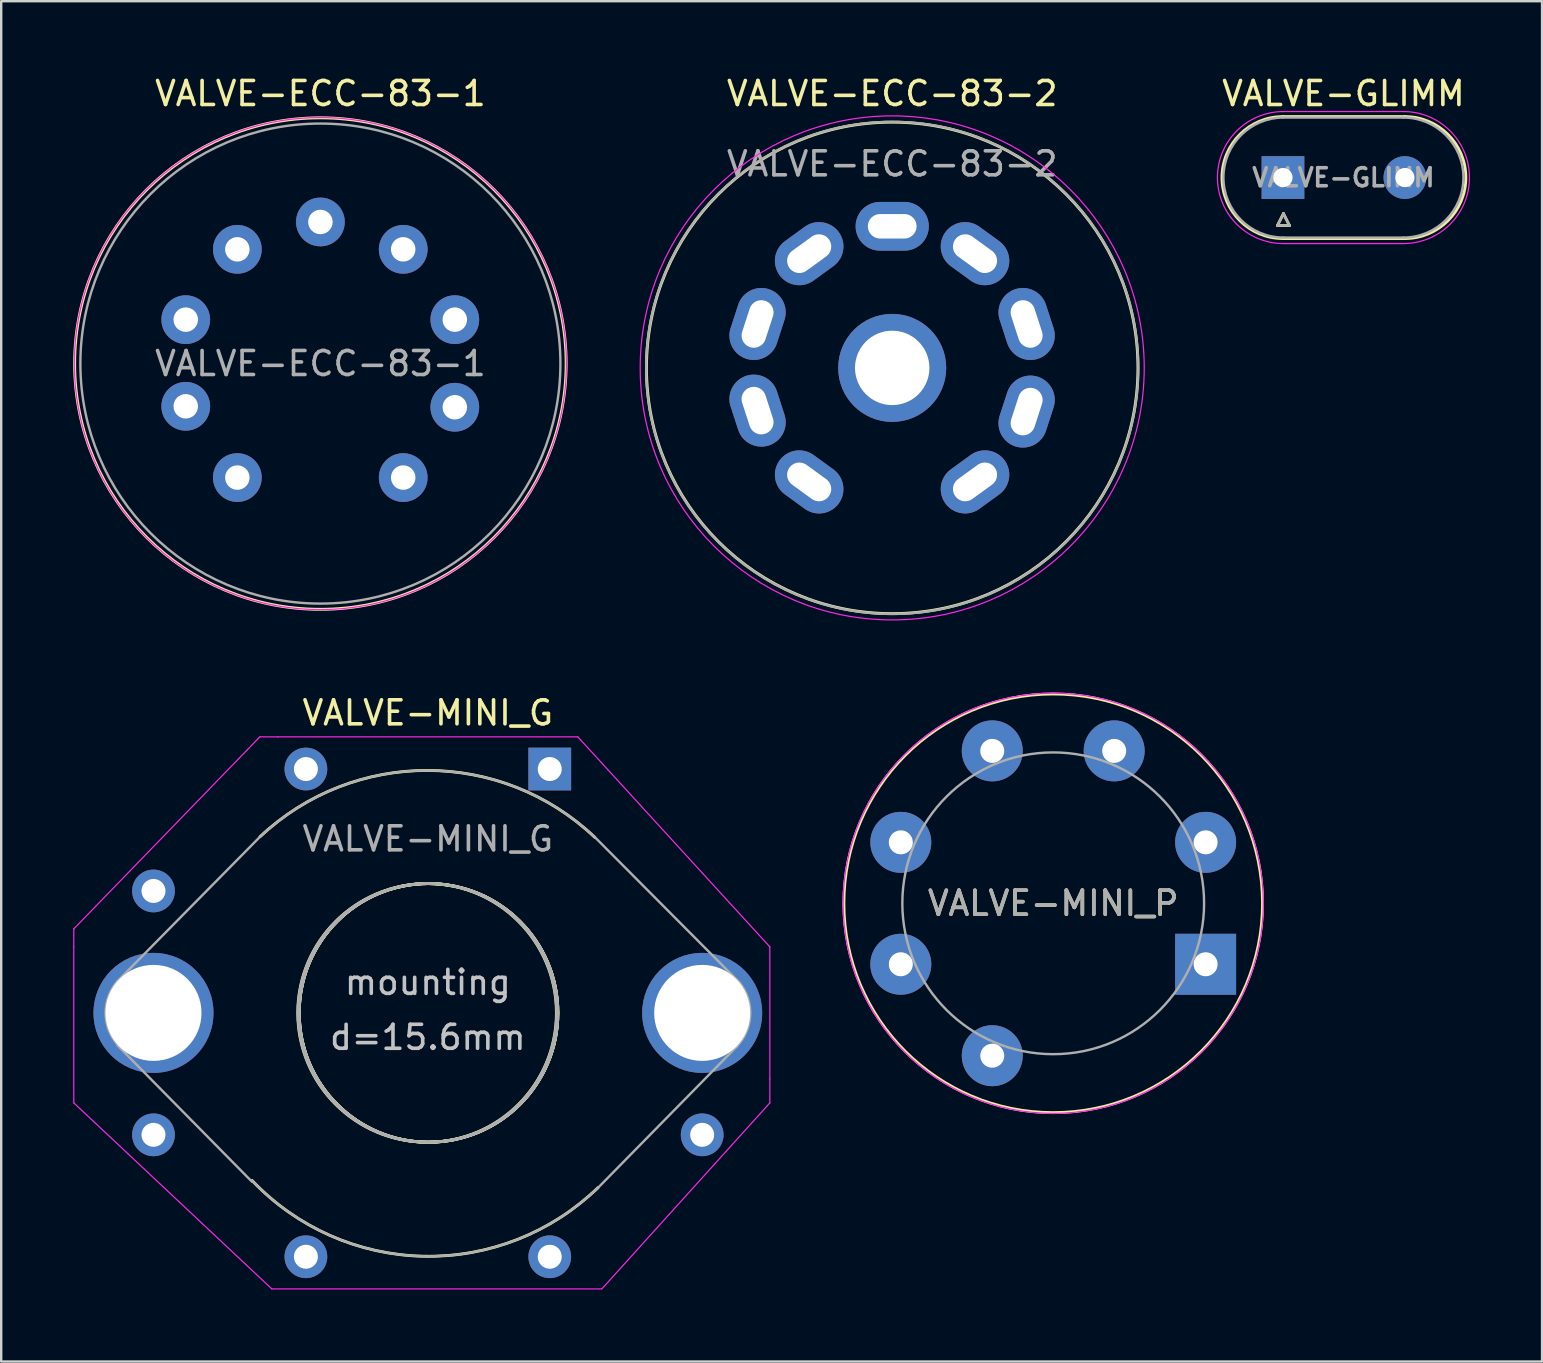
<source format=kicad_pcb>
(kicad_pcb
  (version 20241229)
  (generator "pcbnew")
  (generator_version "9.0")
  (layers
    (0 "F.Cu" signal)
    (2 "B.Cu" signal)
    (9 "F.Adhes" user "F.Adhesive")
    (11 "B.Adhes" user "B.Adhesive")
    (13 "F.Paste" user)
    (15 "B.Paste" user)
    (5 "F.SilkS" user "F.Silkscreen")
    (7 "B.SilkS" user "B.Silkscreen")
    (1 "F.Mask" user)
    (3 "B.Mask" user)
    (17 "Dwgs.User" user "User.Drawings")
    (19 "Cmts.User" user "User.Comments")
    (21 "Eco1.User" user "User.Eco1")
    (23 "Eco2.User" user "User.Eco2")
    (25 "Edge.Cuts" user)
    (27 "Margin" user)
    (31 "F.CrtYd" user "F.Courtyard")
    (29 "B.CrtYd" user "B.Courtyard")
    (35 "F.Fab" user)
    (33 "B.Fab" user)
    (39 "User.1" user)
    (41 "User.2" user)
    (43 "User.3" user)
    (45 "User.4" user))
  (footprint "VALVE-MINI_G"
    (layer "F.Cu")
    (at 19.855 28.991)
    (property "Reference" "VALVE-MINI_G" (at -5.08 -2.34 0) (layer "F.SilkS") (effects (font (size 1 1) (thickness 0.15))))
    (attr through_hole)
    (fp_arc (start -12.07 2.82) (mid -5.089383 0.058484) (end 1.87996 2.848331) (stroke (width 0.12) (type solid)) (layer "F.SilkS"))
    (fp_arc (start 2.01 17.44) (mid -5.258654 20.298958) (end -12.403532 17.143378) (stroke (width 0.12) (type solid)) (layer "F.SilkS"))
    (fp_circle (center -5.11 10.16) (end -8.92 13.97) (stroke (width 0.12) (type solid)) (fill no) (layer "F.SilkS"))
    (fp_circle (center -5.05 10.16) (end -1.24 13.97) (stroke (width 0.12) (type solid)) (fill no) (layer "F.SilkS"))
    (fp_circle (center -5.05 10.16) (end -1.24 13.97) (stroke (width 0.12) (type solid)) (fill no) (layer "F.SilkS"))
    (fp_circle (center -5.05 10.16) (end -1.24 13.97) (stroke (width 0.12) (type solid)) (fill no) (layer "F.SilkS"))
    (fp_line (start -19.83 6.66) (end -12.08 -1.34) (stroke (width 0.05) (type solid)) (layer "F.CrtYd"))
    (fp_line (start -19.83 7.41) (end -19.83 6.66) (stroke (width 0.05) (type solid)) (layer "F.CrtYd"))
    (fp_line (start -19.83 13.91) (end -19.83 7.41) (stroke (width 0.05) (type solid)) (layer "F.CrtYd"))
    (fp_line (start -12.08 -1.34) (end -11.33 -1.34) (stroke (width 0.05) (type solid)) (layer "F.CrtYd"))
    (fp_line (start -11.58 21.66) (end -19.83 13.91) (stroke (width 0.05) (type solid)) (layer "F.CrtYd"))
    (fp_line (start -11.33 -1.34) (end 1.17 -1.34) (stroke (width 0.05) (type solid)) (layer "F.CrtYd"))
    (fp_line (start 1.17 -1.34) (end 9.17 7.41) (stroke (width 0.05) (type solid)) (layer "F.CrtYd"))
    (fp_line (start 2.17 21.66) (end -11.58 21.66) (stroke (width 0.05) (type solid)) (layer "F.CrtYd"))
    (fp_line (start 9.17 7.41) (end 9.17 12.91) (stroke (width 0.05) (type solid)) (layer "F.CrtYd"))
    (fp_line (start 9.17 12.91) (end 9.17 13.91) (stroke (width 0.05) (type solid)) (layer "F.CrtYd"))
    (fp_line (start 9.17 13.91) (end 2.17 21.66) (stroke (width 0.05) (type solid)) (layer "F.CrtYd"))
    (fp_line (start -18.01 8.84) (end -12.07 2.82) (stroke (width 0.1) (type solid)) (layer "F.Fab"))
    (fp_line (start -18.01 11.51) (end -12.4 17.2) (stroke (width 0.1) (type solid)) (layer "F.Fab"))
    (fp_line (start 1.91 2.87) (end 7.9 8.89) (stroke (width 0.1) (type solid)) (layer "F.Fab"))
    (fp_line (start 7.82 11.53) (end 1.91 17.55) (stroke (width 0.1) (type solid)) (layer "F.Fab"))
    (fp_arc (start -17.98 11.51) (mid -18.505731 10.181365) (end -18.008564 8.84178) (stroke (width 0.1) (type solid)) (layer "F.Fab"))
    (fp_arc (start -12.07 2.82) (mid -5.089383 0.058484) (end 1.87996 2.848331) (stroke (width 0.1) (type solid)) (layer "F.Fab"))
    (fp_arc (start 2.01 17.44) (mid -5.258654 20.298958) (end -12.403532 17.143378) (stroke (width 0.1) (type solid)) (layer "F.Fab"))
    (fp_arc (start 7.9 8.89) (mid 8.351984 10.246371) (end 7.784862 11.558775) (stroke (width 0.1) (type solid)) (layer "F.Fab"))
    (fp_circle (center -5.11 10.16) (end -8.92 13.97) (stroke (width 0.1) (type solid)) (fill no) (layer "F.Fab"))
    (fp_circle (center -5.05 10.16) (end -1.24 13.97) (stroke (width 0.1) (type solid)) (fill no) (layer "F.Fab"))
    (fp_circle (center -5.05 10.16) (end -1.24 13.97) (stroke (width 0.1) (type solid)) (fill no) (layer "F.Fab"))
    (fp_circle (center -5.05 10.16) (end -1.24 13.97) (stroke (width 0.1) (type solid)) (fill no) (layer "F.Fab"))
    (fp_text user "d=15.6mm" (at -5.08 11.18 0) (layer "Dwgs.User") (effects (font (size 1 1) (thickness 0.15))))
    (fp_text user "mounting" (at -5.08 8.89 0) (layer "Dwgs.User") (effects (font (size 1 1) (thickness 0.15))))
    (fp_text user "${REFERENCE}" (at -5.08 2.91 0) (layer "F.Fab") (effects (font (size 1 1) (thickness 0.15))))
    (pad "" thru_hole circle (at -16.51 10.16) (size 5 5) (drill 4) (layers "*.Cu" "*.Mask"))
    (pad "" thru_hole circle (at 6.35 10.16) (size 5 5) (drill 4) (layers "*.Cu" "*.Mask"))
    (pad "1" thru_hole rect (at 0 0) (size 1.78 1.78) (drill 1) (layers "*.Cu" "*.Mask"))
    (pad "2" thru_hole circle (at -10.16 0) (size 1.78 1.78) (drill 1) (layers "*.Cu" "*.Mask"))
    (pad "3" thru_hole circle (at -16.51 5.08) (size 1.78 1.78) (drill 1) (layers "*.Cu" "*.Mask"))
    (pad "4" thru_hole circle (at -16.51 15.24) (size 1.78 1.78) (drill 1) (layers "*.Cu" "*.Mask"))
    (pad "5" thru_hole circle (at -10.16 20.32) (size 1.78 1.78) (drill 1) (layers "*.Cu" "*.Mask"))
    (pad "6" thru_hole circle (at 0 20.32) (size 1.78 1.78) (drill 1) (layers "*.Cu" "*.Mask"))
    (pad "7" thru_hole circle (at 6.35 15.24) (size 1.78 1.78) (drill 1) (layers "*.Cu" "*.Mask")))
  (footprint "VALVE-ECC-83-1"
    (layer "F.Cu")
    (at 13.749 16.848)
    (property "Reference" "VALVE-ECC-83-1" (at -3.45 -16 0) (layer "F.SilkS") (effects (font (size 1 1) (thickness 0.15))))
    (attr through_hole)
    (fp_circle (center -3.45 -4.75) (end 6.71 -3.48) (stroke (width 0.12) (type solid)) (fill no) (layer "F.SilkS"))
    (fp_circle (center -3.45 -4.75) (end -3.45 -15) (stroke (width 0.05) (type solid)) (fill no) (layer "F.CrtYd"))
    (fp_circle (center -3.45 -4.75) (end -3.45 -14.75) (stroke (width 0.1) (type solid)) (fill no) (layer "F.Fab"))
    (fp_text user "${REFERENCE}" (at -3.45 -4.75 0) (layer "F.Fab") (effects (font (size 1 1) (thickness 0.15))))
    (pad "1" thru_hole circle (at 0 0) (size 2.03 2.03) (drill 1.02) (layers "*.Cu" "*.Mask"))
    (pad "2" thru_hole circle (at 2.15 -2.93) (size 2.03 2.03) (drill 1.02) (layers "*.Cu" "*.Mask"))
    (pad "3" thru_hole circle (at 2.15 -6.58) (size 2.03 2.03) (drill 1.02) (layers "*.Cu" "*.Mask"))
    (pad "4" thru_hole circle (at 0 -9.51) (size 2.03 2.03) (drill 1.02) (layers "*.Cu" "*.Mask"))
    (pad "5" thru_hole circle (at -3.45 -10.65) (size 2.03 2.03) (drill 1.02) (layers "*.Cu" "*.Mask"))
    (pad "6" thru_hole circle (at -6.91 -9.51) (size 2.03 2.03) (drill 1.02) (layers "*.Cu" "*.Mask"))
    (pad "7" thru_hole circle (at -9.06 -6.58) (size 2.03 2.03) (drill 1.02) (layers "*.Cu" "*.Mask"))
    (pad "8" thru_hole circle (at -9.06 -2.97) (size 2.03 2.03) (drill 1.02) (layers "*.Cu" "*.Mask"))
    (pad "9" thru_hole circle (at -6.91 0) (size 2.03 2.03) (drill 1.02) (layers "*.Cu" "*.Mask")))
  (footprint "VALVE-MINI_P"
    (layer "F.Cu")
    (at 47.181 37.125)
    (property "Reference" "VALVE-MINI_P" (at -6.35 -2.54 0) (layer "F.SilkS") (effects (font (size 1 1) (thickness 0.15))))
    (attr through_hole)
    (fp_circle (center -6.35 -2.54) (end 1.4 1.46) (stroke (width 0.12) (type solid)) (fill no) (layer "F.SilkS"))
    (fp_circle (center -6.35 -2.54) (end -6.6 6.21) (stroke (width 0.05) (type solid)) (fill no) (layer "F.CrtYd"))
    (fp_circle (center -6.35 -2.54) (end -10.79 1.91) (stroke (width 0.1) (type solid)) (fill no) (layer "F.Fab"))
    (fp_text user "${REFERENCE}" (at -6.35 -2.54 0) (layer "F.Fab") (effects (font (size 1 1) (thickness 0.15))))
    (pad "1" thru_hole rect (at 0 0) (size 2.54 2.54) (drill 1) (layers "*.Cu" "*.Mask"))
    (pad "2" thru_hole circle (at 0 -5.08) (size 2.54 2.54) (drill 1) (layers "*.Cu" "*.Mask"))
    (pad "3" thru_hole circle (at -3.81 -8.89) (size 2.54 2.54) (drill 1) (layers "*.Cu" "*.Mask"))
    (pad "4" thru_hole circle (at -8.89 -8.89) (size 2.54 2.54) (drill 1) (layers "*.Cu" "*.Mask"))
    (pad "5" thru_hole circle (at -12.7 -5.08) (size 2.54 2.54) (drill 1) (layers "*.Cu" "*.Mask"))
    (pad "6" thru_hole circle (at -12.7 0) (size 2.54 2.54) (drill 1) (layers "*.Cu" "*.Mask"))
    (pad "7" thru_hole circle (at -8.89 3.81) (size 2.54 2.54) (drill 1) (layers "*.Cu" "*.Mask")))
  (footprint "VALVE-ECC-83-2"
    (layer "F.Cu")
    (at 37.573 17.028)
    (property "Reference" "VALVE-ECC-83-2" (at -3.45 -16.18 0) (layer "F.SilkS") (effects (font (size 1 1) (thickness 0.15))))
    (attr through_hole)
    (fp_circle (center -3.45 -4.75) (end 6.71 -3.48) (stroke (width 0.12) (type solid)) (fill no) (layer "F.SilkS"))
    (fp_circle (center -3.45 -4.75) (end -3.45 -15.25) (stroke (width 0.05) (type solid)) (fill no) (layer "F.CrtYd"))
    (fp_circle (center -3.45 -4.75) (end -3.45 -15) (stroke (width 0.1) (type solid)) (fill no) (layer "F.Fab"))
    (fp_text user "${REFERENCE}" (at -3.45 -13.25 0) (layer "F.Fab") (effects (font (size 1 1) (thickness 0.15))))
    (pad "1" thru_hole oval (at 0 0 306) (size 2.03 3.05) (drill oval 1.02 2.03) (layers "*.Cu" "*.Mask"))
    (pad "2" thru_hole circle (at -3.45 -4.75) (size 4.5 4.5) (drill 3.1) (layers "*.Cu" "*.Mask"))
    (pad "2" thru_hole oval (at 2.15 -2.93 342) (size 2.03 3.05) (drill oval 1.02 2.03) (layers "*.Cu" "*.Mask"))
    (pad "3" thru_hole oval (at 2.15 -6.58 18) (size 2.03 3.05) (drill oval 1.02 2.03) (layers "*.Cu" "*.Mask"))
    (pad "4" thru_hole oval (at 0 -9.51 54) (size 2.03 3.05) (drill oval 1.02 2.03) (layers "*.Cu" "*.Mask"))
    (pad "5" thru_hole oval (at -3.45 -10.65 90) (size 2.03 3.05) (drill oval 1.02 2.03) (layers "*.Cu" "*.Mask"))
    (pad "6" thru_hole oval (at -6.91 -9.51 306) (size 2.03 3.05) (drill oval 1.02 2.03) (layers "*.Cu" "*.Mask"))
    (pad "7" thru_hole oval (at -9.06 -6.58 342) (size 2.03 3.05) (drill oval 1.02 2.03) (layers "*.Cu" "*.Mask"))
    (pad "8" thru_hole oval (at -9.06 -2.97 18) (size 2.03 3.05) (drill oval 1.02 2.03) (layers "*.Cu" "*.Mask"))
    (pad "9" thru_hole oval (at -6.91 0 54) (size 2.03 3.05) (drill oval 1.02 2.03) (layers "*.Cu" "*.Mask")))
  (footprint "VALVE-GLIMM"
    (layer "F.Cu")
    (at 50.403 4.348)
    (property "Reference" "VALVE-GLIMM" (at 2.52 -3.5 0) (layer "F.SilkS") (effects (font (size 1 1) (thickness 0.15))))
    (attr through_hole)
    (fp_line (start -0.23 2) (end 0.27 2) (stroke (width 0.12) (type solid)) (layer "F.SilkS"))
    (fp_line (start 0 -2.54) (end 5.08 -2.54) (stroke (width 0.12) (type solid)) (layer "F.SilkS"))
    (fp_line (start 0 2.54) (end 5.08 2.54) (stroke (width 0.12) (type solid)) (layer "F.SilkS"))
    (fp_line (start 0.02 1.5) (end -0.23 2) (stroke (width 0.12) (type solid)) (layer "F.SilkS"))
    (fp_line (start 0.27 2) (end 0.02 1.5) (stroke (width 0.12) (type solid)) (layer "F.SilkS"))
    (fp_arc (start 0 2.54) (mid -2.54 0) (end 0 -2.54) (stroke (width 0.12) (type solid)) (layer "F.SilkS"))
    (fp_arc (start 5.08 -2.54) (mid 7.62 0) (end 5.08 2.54) (stroke (width 0.12) (type solid)) (layer "F.SilkS"))
    (fp_line (start 0.02 2.75) (end 5.02 2.75) (stroke (width 0.05) (type solid)) (layer "F.CrtYd"))
    (fp_line (start 5.02 -2.75) (end 0.02 -2.75) (stroke (width 0.05) (type solid)) (layer "F.CrtYd"))
    (fp_arc (start 0.02 2.75) (mid -2.73 0) (end 0.02 -2.75) (stroke (width 0.05) (type solid)) (layer "F.CrtYd"))
    (fp_arc (start 5.02 -2.75) (mid 7.77 0) (end 5.02 2.75) (stroke (width 0.05) (type solid)) (layer "F.CrtYd"))
    (fp_line (start -0.23 2) (end 0.27 2) (stroke (width 0.1) (type solid)) (layer "F.Fab"))
    (fp_line (start 0.02 1.5) (end -0.23 2) (stroke (width 0.1) (type solid)) (layer "F.Fab"))
    (fp_line (start 0.02 2.5) (end 5.02 2.5) (stroke (width 0.1) (type solid)) (layer "F.Fab"))
    (fp_line (start 0.27 2) (end 0.02 1.5) (stroke (width 0.1) (type solid)) (layer "F.Fab"))
    (fp_line (start 5.02 -2.5) (end 0.02 -2.5) (stroke (width 0.1) (type solid)) (layer "F.Fab"))
    (fp_arc (start 0.02 2.5) (mid -2.48 0) (end 0.02 -2.5) (stroke (width 0.1) (type solid)) (layer "F.Fab"))
    (fp_arc (start 5.02 -2.5) (mid 7.52 0) (end 5.02 2.5) (stroke (width 0.1) (type solid)) (layer "F.Fab"))
    (fp_text user "${REFERENCE}" (at 2.52 0 0) (layer "F.Fab") (effects (font (size 0.75 0.75) (thickness 0.15))))
    (pad "1" thru_hole rect (at 0 0) (size 1.78 1.78) (drill 0.8) (layers "*.Cu" "*.Mask"))
    (pad "2" thru_hole circle (at 5.08 0) (size 1.78 1.78) (drill 0.8) (layers "*.Cu" "*.Mask")))
  (gr_rect
    (start -3 -3)
    (end 61.198 53.676)
    (stroke (width 0.1) (type default))
    (fill no)
    (layer "Edge.Cuts")))
</source>
